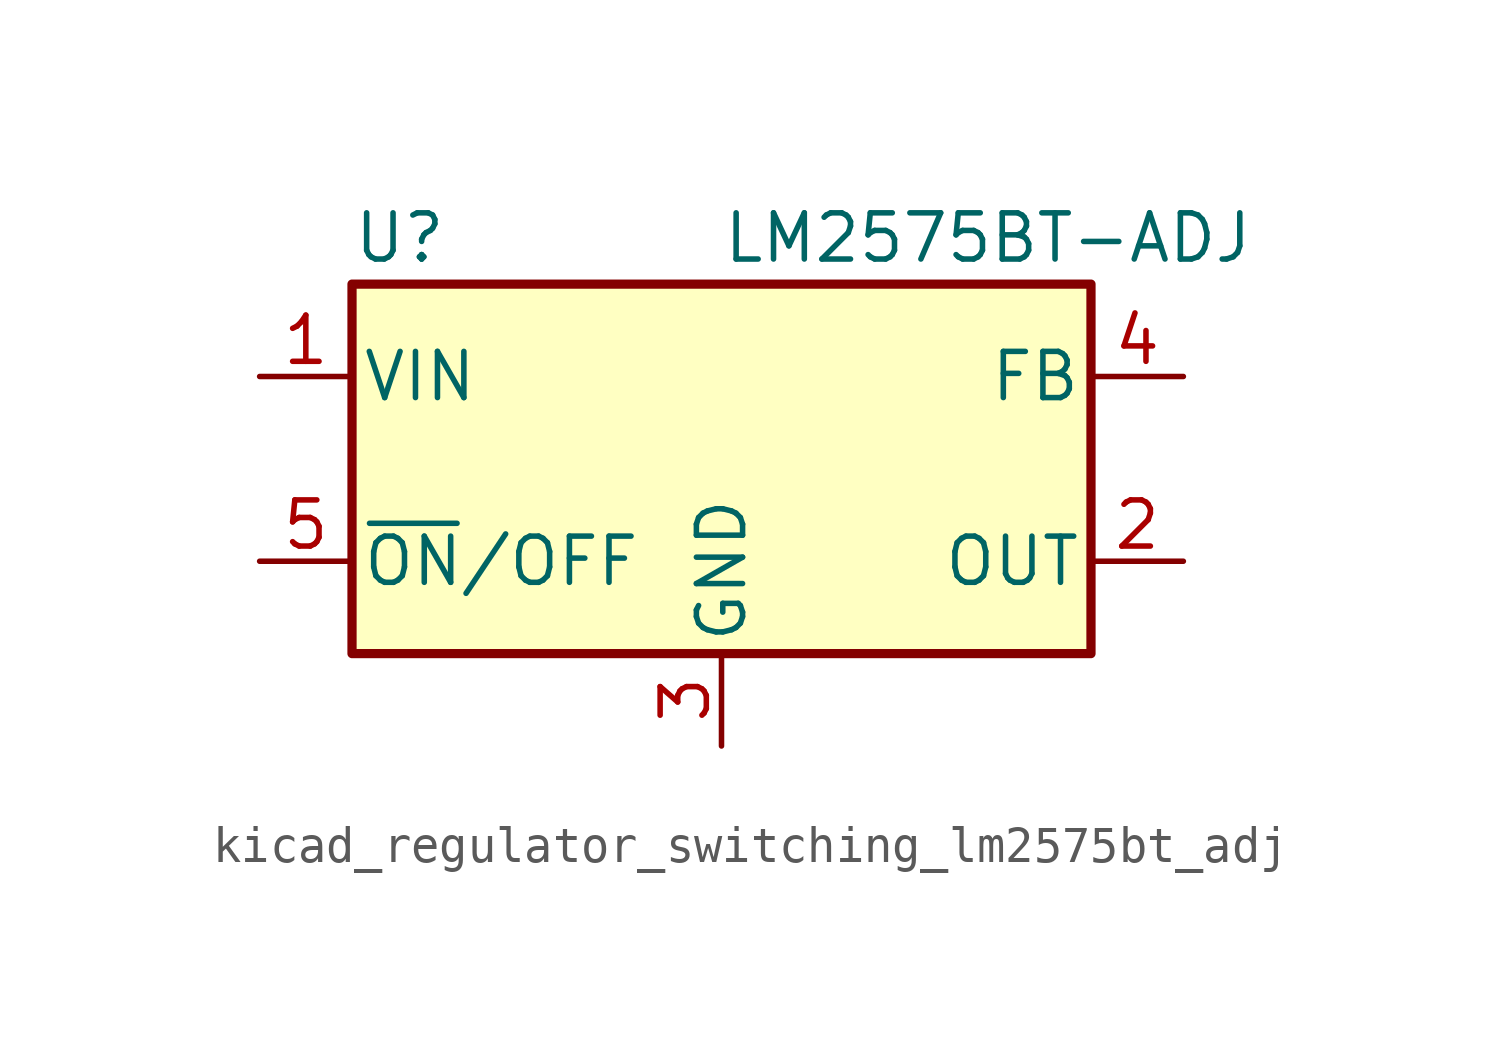
<source format=kicad_sym>
(kicad_symbol_lib
  (version 20220914)
  (generator kicad_symbol_editor)
  (symbol "kicad_regulator_switching_lm2575bt_adj"
    (pin_names
      (offset 0.254))
    (property "Reference" "U"
      (at -10.16 6.35 0)
      (effects (font (size 1.27 1.27)) (justify left)))
    (property "Value" "LM2575BT-ADJ"
      (at 0 6.35 0)
      (effects (font (size 1.27 1.27)) (justify left)))
    (symbol "kicad_regulator_switching_lm2575bt_adj_0_1"
      (rectangle (start -10.16 5.08) (end 10.16 -5.08) (stroke (width 0.254) (type default)) (fill (type background))))
    (symbol "kicad_regulator_switching_lm2575bt_adj_1_1"
      (pin power_in line (at -12.7 2.54 0) (length 2.54) (name "VIN" (effects (font (size 1.27 1.27)))) (number "1" (effects (font (size 1.27 1.27)))))
      (pin output line (at 12.7 -2.54 180) (length 2.54) (name "OUT" (effects (font (size 1.27 1.27)))) (number "2" (effects (font (size 1.27 1.27)))))
      (pin power_in line (at 0 -7.62 90) (length 2.54) (name "GND" (effects (font (size 1.27 1.27)))) (number "3" (effects (font (size 1.27 1.27)))))
      (pin input line (at 12.7 2.54 180) (length 2.54) (name "FB" (effects (font (size 1.27 1.27)))) (number "4" (effects (font (size 1.27 1.27)))))
      (pin input line (at -12.7 -2.54 0) (length 2.54) (name "~{ON}/OFF" (effects (font (size 1.27 1.27)))) (number "5" (effects (font (size 1.27 1.27))))))))
</source>
